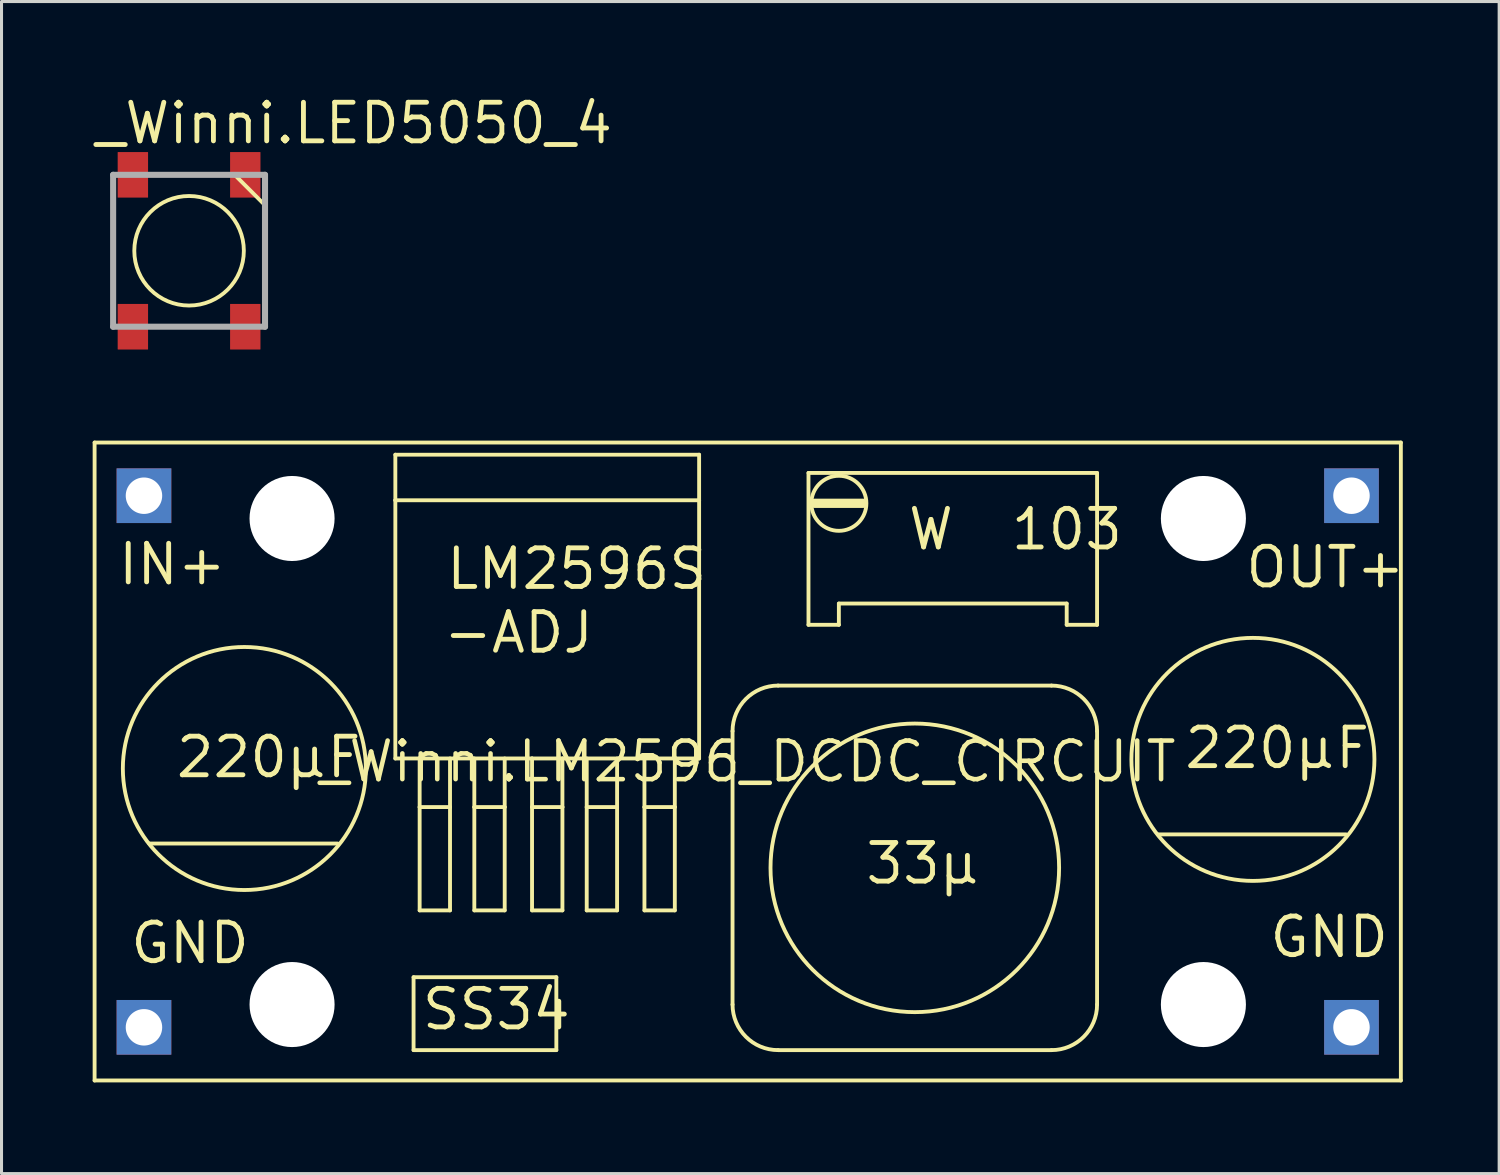
<source format=kicad_pcb>
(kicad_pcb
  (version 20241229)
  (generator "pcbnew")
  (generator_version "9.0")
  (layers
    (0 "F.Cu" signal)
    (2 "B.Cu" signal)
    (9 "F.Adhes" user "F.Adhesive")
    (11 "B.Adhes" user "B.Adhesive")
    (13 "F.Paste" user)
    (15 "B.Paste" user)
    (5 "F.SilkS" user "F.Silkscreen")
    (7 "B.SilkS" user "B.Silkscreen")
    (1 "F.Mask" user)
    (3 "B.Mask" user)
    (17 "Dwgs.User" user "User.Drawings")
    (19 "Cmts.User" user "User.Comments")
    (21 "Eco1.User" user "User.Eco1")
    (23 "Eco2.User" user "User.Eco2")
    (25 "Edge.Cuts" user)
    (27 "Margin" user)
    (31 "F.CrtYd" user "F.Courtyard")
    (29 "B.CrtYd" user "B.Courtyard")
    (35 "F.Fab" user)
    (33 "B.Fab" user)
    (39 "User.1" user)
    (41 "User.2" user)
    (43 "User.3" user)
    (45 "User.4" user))
  (footprint "_Winni.LM2596_DCDC_CIRCUIT"
    (layer "F.Cu")
    (at 21.564 22.018)
    (property "Reference" "_Winni.LM2596_DCDC_CIRCUIT" (at 0 0 0) (layer "F.SilkS") (effects (font (size 1.27 1.27) (thickness 0.15))))
    (attr through_hole)
    (fp_line (start -21.5 -10.5) (end 21.5 -10.5) (stroke (width 0.127) (type default)) (layer "F.SilkS"))
    (fp_line (start -21.5 10.5) (end -21.5 -10.5) (stroke (width 0.127) (type default)) (layer "F.SilkS"))
    (fp_line (start -19.7 2.7) (end -13.5 2.7) (stroke (width 0.127) (type default)) (layer "F.SilkS"))
    (fp_line (start -11.6 -10.1) (end -1.6 -10.1) (stroke (width 0.127) (type default)) (layer "F.SilkS"))
    (fp_line (start -11.6 -8.6) (end -11.6 -10.1) (stroke (width 0.127) (type default)) (layer "F.SilkS"))
    (fp_line (start -11.6 -8.6) (end -1.6 -8.6) (stroke (width 0.127) (type default)) (layer "F.SilkS"))
    (fp_line (start -11.6 -0.1) (end -11.6 -8.6) (stroke (width 0.127) (type default)) (layer "F.SilkS"))
    (fp_line (start -11 7.1) (end -6.3 7.1) (stroke (width 0.127) (type default)) (layer "F.SilkS"))
    (fp_line (start -11 9.5) (end -11 7.1) (stroke (width 0.127) (type default)) (layer "F.SilkS"))
    (fp_line (start -10.8 1.5) (end -10.8 -0.1) (stroke (width 0.127) (type default)) (layer "F.SilkS"))
    (fp_line (start -10.8 1.5) (end -9.8 1.5) (stroke (width 0.127) (type default)) (layer "F.SilkS"))
    (fp_line (start -10.8 4.9) (end -10.8 1.5) (stroke (width 0.127) (type default)) (layer "F.SilkS"))
    (fp_line (start -9.8 -0.1) (end -9.8 1.5) (stroke (width 0.127) (type default)) (layer "F.SilkS"))
    (fp_line (start -9.8 1.5) (end -9.8 4.9) (stroke (width 0.127) (type default)) (layer "F.SilkS"))
    (fp_line (start -9.8 4.9) (end -10.8 4.9) (stroke (width 0.127) (type default)) (layer "F.SilkS"))
    (fp_line (start -9 1.5) (end -9 -0.1) (stroke (width 0.127) (type default)) (layer "F.SilkS"))
    (fp_line (start -9 1.5) (end -8 1.5) (stroke (width 0.127) (type default)) (layer "F.SilkS"))
    (fp_line (start -9 4.9) (end -9 1.5) (stroke (width 0.127) (type default)) (layer "F.SilkS"))
    (fp_line (start -8 -0.1) (end -8 1.5) (stroke (width 0.127) (type default)) (layer "F.SilkS"))
    (fp_line (start -8 1.5) (end -8 4.9) (stroke (width 0.127) (type default)) (layer "F.SilkS"))
    (fp_line (start -8 4.9) (end -9 4.9) (stroke (width 0.127) (type default)) (layer "F.SilkS"))
    (fp_line (start -7.1 -0.1) (end -11.6 -0.1) (stroke (width 0.127) (type default)) (layer "F.SilkS"))
    (fp_line (start -7.1 -0.1) (end -6.1 -0.1) (stroke (width 0.127) (type default)) (layer "F.SilkS"))
    (fp_line (start -7.1 1.5) (end -7.1 -0.1) (stroke (width 0.127) (type default)) (layer "F.SilkS"))
    (fp_line (start -7.1 1.5) (end -6.1 1.5) (stroke (width 0.127) (type default)) (layer "F.SilkS"))
    (fp_line (start -7.1 4.9) (end -7.1 1.5) (stroke (width 0.127) (type default)) (layer "F.SilkS"))
    (fp_line (start -6.3 7.1) (end -6.3 9.5) (stroke (width 0.127) (type default)) (layer "F.SilkS"))
    (fp_line (start -6.3 9.5) (end -11 9.5) (stroke (width 0.127) (type default)) (layer "F.SilkS"))
    (fp_line (start -6.1 -0.1) (end -6.1 1.5) (stroke (width 0.127) (type default)) (layer "F.SilkS"))
    (fp_line (start -6.1 1.5) (end -6.1 4.9) (stroke (width 0.127) (type default)) (layer "F.SilkS"))
    (fp_line (start -6.1 4.9) (end -7.1 4.9) (stroke (width 0.127) (type default)) (layer "F.SilkS"))
    (fp_line (start -5.3 1.5) (end -5.3 -0.1) (stroke (width 0.127) (type default)) (layer "F.SilkS"))
    (fp_line (start -5.3 1.5) (end -4.3 1.5) (stroke (width 0.127) (type default)) (layer "F.SilkS"))
    (fp_line (start -5.3 4.9) (end -5.3 1.5) (stroke (width 0.127) (type default)) (layer "F.SilkS"))
    (fp_line (start -4.3 -0.1) (end -4.3 1.5) (stroke (width 0.127) (type default)) (layer "F.SilkS"))
    (fp_line (start -4.3 1.5) (end -4.3 4.9) (stroke (width 0.127) (type default)) (layer "F.SilkS"))
    (fp_line (start -4.3 4.9) (end -5.3 4.9) (stroke (width 0.127) (type default)) (layer "F.SilkS"))
    (fp_line (start -3.4 1.5) (end -3.4 -0.1) (stroke (width 0.127) (type default)) (layer "F.SilkS"))
    (fp_line (start -3.4 1.5) (end -2.4 1.5) (stroke (width 0.127) (type default)) (layer "F.SilkS"))
    (fp_line (start -3.4 4.9) (end -3.4 1.5) (stroke (width 0.127) (type default)) (layer "F.SilkS"))
    (fp_line (start -2.4 -0.1) (end -2.4 1.5) (stroke (width 0.127) (type default)) (layer "F.SilkS"))
    (fp_line (start -2.4 1.5) (end -2.4 4.9) (stroke (width 0.127) (type default)) (layer "F.SilkS"))
    (fp_line (start -2.4 4.9) (end -3.4 4.9) (stroke (width 0.127) (type default)) (layer "F.SilkS"))
    (fp_line (start -1.6 -10.1) (end -1.6 -8.6) (stroke (width 0.127) (type default)) (layer "F.SilkS"))
    (fp_line (start -1.6 -8.6) (end -1.6 -0.1) (stroke (width 0.127) (type default)) (layer "F.SilkS"))
    (fp_line (start -1.6 -0.1) (end -6.1 -0.1) (stroke (width 0.127) (type default)) (layer "F.SilkS"))
    (fp_line (start -0.5 8) (end -0.5 -1) (stroke (width 0.127) (type default)) (layer "F.SilkS"))
    (fp_line (start 1 -2.5) (end 10 -2.5) (stroke (width 0.127) (type default)) (layer "F.SilkS"))
    (fp_line (start 2 -9.5) (end 2 -4.5) (stroke (width 0.127) (type default)) (layer "F.SilkS"))
    (fp_line (start 2 -4.5) (end 3 -4.5) (stroke (width 0.127) (type default)) (layer "F.SilkS"))
    (fp_line (start 2.2 -8.5) (end 3.8 -8.5) (stroke (width 0.305) (type default)) (layer "F.SilkS"))
    (fp_line (start 3 -5.2) (end 10.5 -5.2) (stroke (width 0.127) (type default)) (layer "F.SilkS"))
    (fp_line (start 3 -4.5) (end 3 -5.2) (stroke (width 0.127) (type default)) (layer "F.SilkS"))
    (fp_line (start 10 9.5) (end 1 9.5) (stroke (width 0.127) (type default)) (layer "F.SilkS"))
    (fp_line (start 10.5 -5.2) (end 10.5 -4.5) (stroke (width 0.127) (type default)) (layer "F.SilkS"))
    (fp_line (start 10.5 -4.5) (end 11.5 -4.5) (stroke (width 0.127) (type default)) (layer "F.SilkS"))
    (fp_line (start 11.5 -9.5) (end 2 -9.5) (stroke (width 0.127) (type default)) (layer "F.SilkS"))
    (fp_line (start 11.5 -4.5) (end 11.5 -9.5) (stroke (width 0.127) (type default)) (layer "F.SilkS"))
    (fp_line (start 11.5 -1) (end 11.5 8) (stroke (width 0.127) (type default)) (layer "F.SilkS"))
    (fp_line (start 13.5 2.4) (end 19.7 2.4) (stroke (width 0.127) (type default)) (layer "F.SilkS"))
    (fp_line (start 21.5 -10.5) (end 21.5 10.5) (stroke (width 0.127) (type default)) (layer "F.SilkS"))
    (fp_line (start 21.5 10.5) (end -21.5 10.5) (stroke (width 0.127) (type default)) (layer "F.SilkS"))
    (fp_arc (start -0.5 -1) (mid -0.06066 -2.06066) (end 1 -2.5) (stroke (width 0.127) (type default)) (layer "F.SilkS"))
    (fp_arc (start 1 9.5) (mid -0.06066 9.06066) (end -0.5 8) (stroke (width 0.127) (type default)) (layer "F.SilkS"))
    (fp_arc (start 10 -2.5) (mid 11.06066 -2.06066) (end 11.5 -1) (stroke (width 0.127) (type default)) (layer "F.SilkS"))
    (fp_arc (start 11.5 8) (mid 11.06066 9.06066) (end 10 9.5) (stroke (width 0.127) (type default)) (layer "F.SilkS"))
    (fp_circle (center -16.57 0.23) (end -12.57 0.23) (stroke (width 0.127) (type default)) (fill no) (layer "F.SilkS"))
    (fp_circle (center 3 -8.5) (end 3.906 -8.5) (stroke (width 0.127) (type default)) (fill no) (layer "F.SilkS"))
    (fp_circle (center 5.5 3.5) (end 10.25 3.5) (stroke (width 0.127) (type default)) (fill no) (layer "F.SilkS"))
    (fp_circle (center 16.63 -0.07) (end 20.63 -0.07) (stroke (width 0.127) (type default)) (fill no) (layer "F.SilkS"))
    (fp_text user "220µF" (at -18.9 0.6 0) (layer "F.SilkS") (effects (font (size 1.27 1.27) (thickness 0.16)) (justify left bottom)))
    (fp_text user "W  103" (at 5.2 -6.9 0) (layer "F.SilkS") (effects (font (size 1.27 1.27) (thickness 0.16)) (justify left bottom)))
    (fp_text user "LM2596S" (at -10 -5.6 0) (layer "F.SilkS") (effects (font (size 1.27 1.27) (thickness 0.16)) (justify left bottom)))
    (fp_text user "-ADJ" (at -10.1 -3.5 0) (layer "F.SilkS") (effects (font (size 1.27 1.27) (thickness 0.16)) (justify left bottom)))
    (fp_text user "SS34" (at -10.8 8.9 0) (layer "F.SilkS") (effects (font (size 1.27 1.27) (thickness 0.16)) (justify left bottom)))
    (fp_text user "OUT+" (at 16.31 -5.65 0) (layer "F.SilkS") (effects (font (size 1.27 1.27) (thickness 0.16)) (justify left bottom)))
    (fp_text user "GND" (at 17.1 6.52 0) (layer "F.SilkS") (effects (font (size 1.27 1.27) (thickness 0.16)) (justify left bottom)))
    (fp_text user "33µ" (at 3.8 4.1 0) (layer "F.SilkS") (effects (font (size 1.27 1.27) (thickness 0.16)) (justify left bottom)))
    (fp_text user "GND" (at -20.4 6.72 0) (layer "F.SilkS") (effects (font (size 1.27 1.27) (thickness 0.16)) (justify left bottom)))
    (fp_text user "220µF" (at 14.3 0.3 0) (layer "F.SilkS") (effects (font (size 1.27 1.27) (thickness 0.16)) (justify left bottom)))
    (fp_text user "IN+" (at -20.8 -5.75 0) (layer "F.SilkS") (effects (font (size 1.27 1.27) (thickness 0.16)) (justify left bottom)))
    (pad "" np_thru_hole circle (at -15 -8) (size 2.8 2.8) (drill 2.8) (layers "*.Cu" "*.Mask"))
    (pad "" np_thru_hole circle (at -15 8) (size 2.8 2.8) (drill 2.8) (layers "*.Cu" "*.Mask"))
    (pad "" np_thru_hole circle (at 15 -8) (size 2.8 2.8) (drill 2.8) (layers "*.Cu" "*.Mask"))
    (pad "" np_thru_hole circle (at 15 8) (size 2.8 2.8) (drill 2.8) (layers "*.Cu" "*.Mask"))
    (pad "IN+" thru_hole rect (at -19.875 -8.75) (size 1.8 1.8) (drill 1.2) (layers "*.Cu" "*.Mask"))
    (pad "IN-" thru_hole rect (at -19.875 8.75) (size 1.8 1.8) (drill 1.2) (layers "*.Cu" "*.Mask"))
    (pad "OUT+" thru_hole rect (at 19.875 -8.75) (size 1.8 1.8) (drill 1.2) (layers "*.Cu" "*.Mask"))
    (pad "OUT-" thru_hole rect (at 19.875 8.75) (size 1.8 1.8) (drill 1.2) (layers "*.Cu" "*.Mask")))
  (footprint "_Winni.LED5050_4"
    (layer "F.Cu")
    (at 3.174 5.205)
    (property "Reference" "_Winni.LED5050_4" (at -3.174 -3.455 0) (layer "F.SilkS") (effects (font (size 1.27 1.27) (thickness 0.16)) (justify left bottom)))
    (attr smd)
    (fp_line (start 1.5 -2.5) (end 2.5 -1.5) (stroke (width 0.127) (type default)) (layer "F.SilkS"))
    (fp_circle (center 0 0) (end 1.803 0) (stroke (width 0.127) (type default)) (fill no) (layer "F.SilkS"))
    (fp_line (start -2.5 -2.5) (end -2.5 2.5) (stroke (width 0.2) (type default)) (layer "F.Fab"))
    (fp_line (start -2.5 2.5) (end 2.5 2.5) (stroke (width 0.2) (type default)) (layer "F.Fab"))
    (fp_line (start 2.5 -2.5) (end -2.5 -2.5) (stroke (width 0.2) (type default)) (layer "F.Fab"))
    (fp_line (start 2.5 2.5) (end 2.5 -2.5) (stroke (width 0.2) (type default)) (layer "F.Fab"))
    (pad "1" smd roundrect (at -1.85 2.5) (size 1 1.5) (layers "F.Cu" "F.Mask" "F.Paste") (roundrect_rratio 0.01))
    (pad "2" smd roundrect (at 1.85 2.5) (size 1 1.5) (layers "F.Cu" "F.Mask" "F.Paste") (roundrect_rratio 0.01))
    (pad "3" smd roundrect (at 1.85 -2.5 180) (size 1 1.5) (layers "F.Cu" "F.Mask" "F.Paste") (roundrect_rratio 0.01))
    (pad "4" smd roundrect (at -1.85 -2.5 180) (size 1 1.5) (layers "F.Cu" "F.Mask" "F.Paste") (roundrect_rratio 0.01)))
  (gr_rect
    (start -3 -3)
    (end 46.3 35.582)
    (stroke (width 0.1) (type default))
    (fill no)
    (layer "Edge.Cuts")))
</source>
